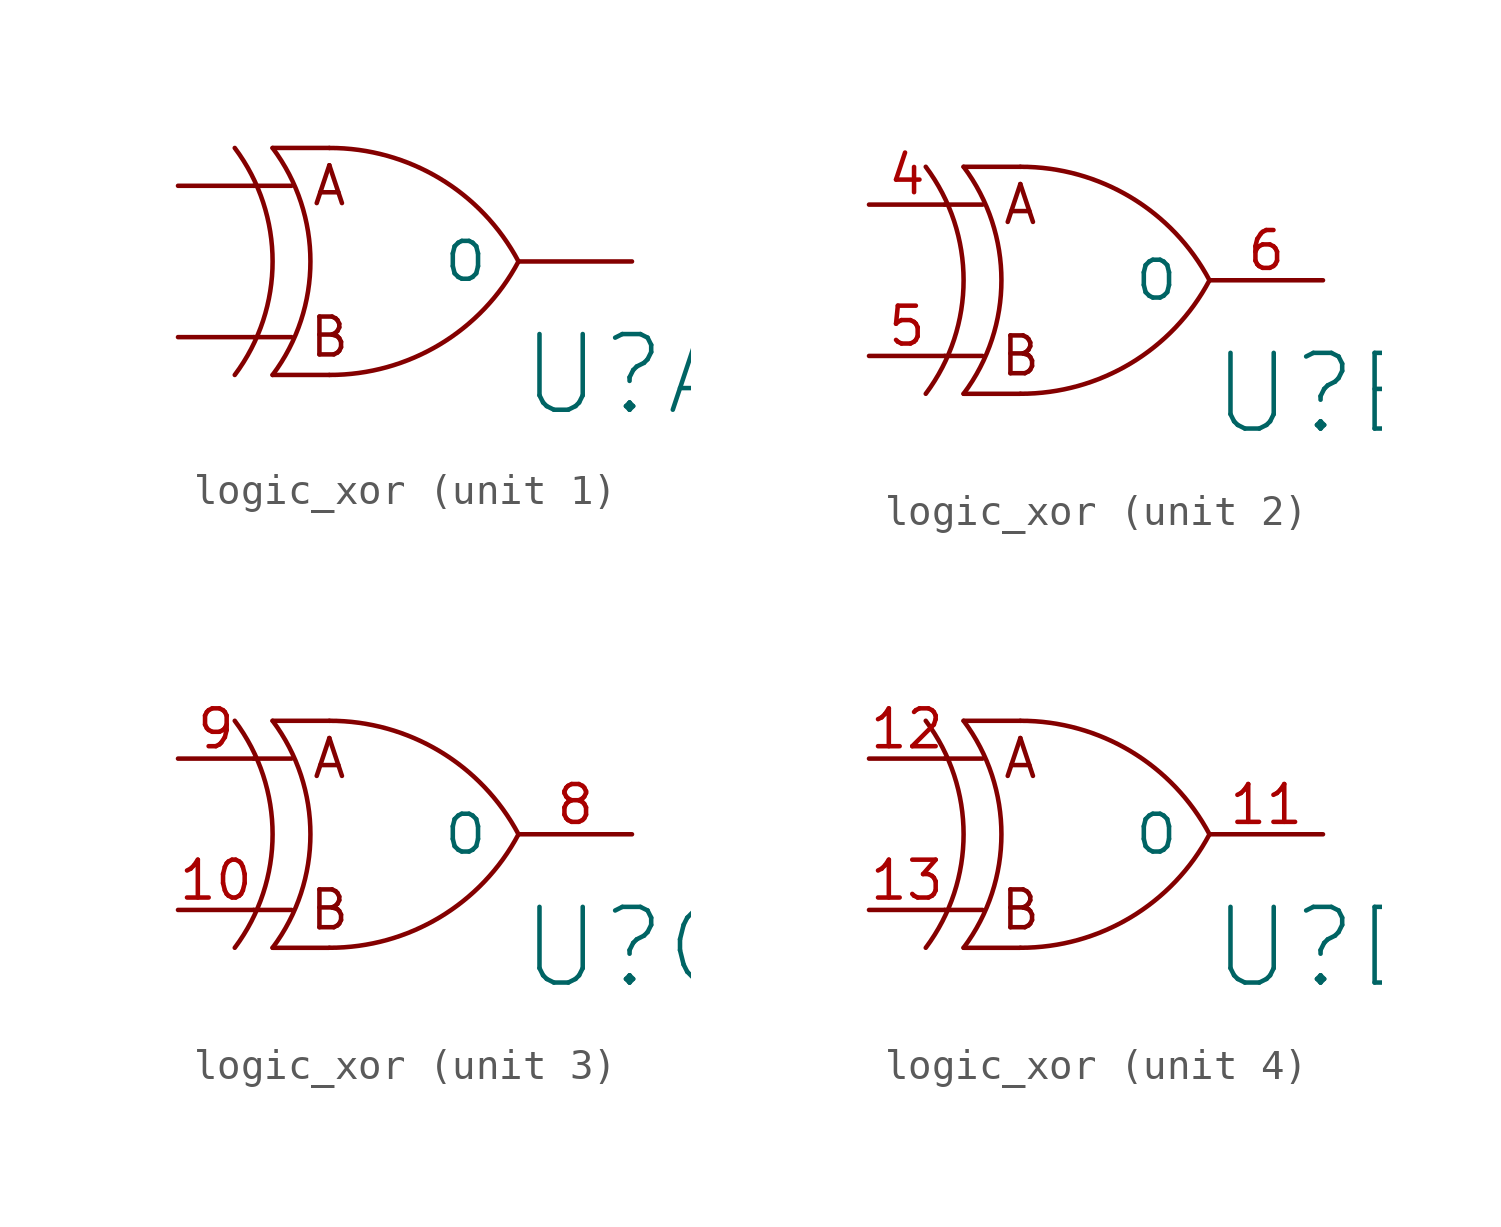
<source format=kicad_sym>
(kicad_symbol_lib
  (version 20211014)
  (generator kicad_symbol_editor)
  (symbol "logic_xor"
    (pin_names
      (offset 1.016))
    (property "Reference" "U"
      (at 11.43 -6.35 0)
      (effects (font (size 2.54 2.54)) (justify left)))
    (symbol "logic_xor_0_0"
      (text "A" (at 5.08 0 0) (effects (font (size 1.27 1.27))))
      (text "B" (at 5.08 -5.08 0) (effects (font (size 1.27 1.27)))))
    (symbol "logic_xor_0_1"
      (polyline (pts (xy 3.175 -6.35) (xy 5.08 -6.35)) (stroke (width 0) (type default) (color 0 0 0 0)) (fill (type none)))
      (polyline (pts (xy 3.175 1.27) (xy 5.08 1.27)) (stroke (width 0) (type default) (color 0 0 0 0)) (fill (type none)))
      (polyline (pts (xy 3.81 -5.08) (xy 2.54 -5.08)) (stroke (width 0) (type default) (color 0 0 0 0)) (fill (type none)))
      (polyline (pts (xy 3.81 0) (xy 2.54 0)) (stroke (width 0) (type default) (color 0 0 0 0)) (fill (type none)))
      (arc (start 1.905 -6.35) (mid 3.175 -2.54) (end 1.905 1.27) (stroke (width 0) (type default) (color 0 0 0 0)) (fill (type none)))
      (arc (start 3.175 -6.35) (mid 4.445 -2.54) (end 3.175 1.27) (stroke (width 0) (type default) (color 0 0 0 0)) (fill (type none)))
      (arc (start 5.08 -6.35) (mid 8.784 -5.3291) (end 11.43 -2.54) (stroke (width 0) (type default) (color 0 0 0 0)) (fill (type none)))
      (arc (start 11.43 -2.54) (mid 8.7865 0.2471) (end 5.08 1.27) (stroke (width 0) (type default) (color 0 0 0 0)) (fill (type none))))
    (symbol "logic_xor_1_1"
      (pin output line (at 15.24 -2.54 180) (length 3.81) (name "O" (effects (font (size 1.27 1.27)))) (number "~" (effects (font (size 1.27 1.27)))))
      (pin input line (at 0 -5.08 0) (length 2.54) (name "~" (effects (font (size 1.27 1.27)))) (number "~" (effects (font (size 1.27 1.27)))))
      (pin input line (at 0 0 0) (length 2.54) (name "~" (effects (font (size 1.27 1.27)))) (number "~" (effects (font (size 1.27 1.27))))))
    (symbol "logic_xor_2_1"
      (pin input line (at 0 0 0) (length 2.54) (name "~" (effects (font (size 1.27 1.27)))) (number "4" (effects (font (size 1.27 1.27)))))
      (pin input line (at 0 -5.08 0) (length 2.54) (name "~" (effects (font (size 1.27 1.27)))) (number "5" (effects (font (size 1.27 1.27)))))
      (pin output line (at 15.24 -2.54 180) (length 3.81) (name "O" (effects (font (size 1.27 1.27)))) (number "6" (effects (font (size 1.27 1.27))))))
    (symbol "logic_xor_3_1"
      (pin input line (at 0 -5.08 0) (length 2.54) (name "~" (effects (font (size 1.27 1.27)))) (number "10" (effects (font (size 1.27 1.27)))))
      (pin output line (at 15.24 -2.54 180) (length 3.81) (name "O" (effects (font (size 1.27 1.27)))) (number "8" (effects (font (size 1.27 1.27)))))
      (pin input line (at 0 0 0) (length 2.54) (name "~" (effects (font (size 1.27 1.27)))) (number "9" (effects (font (size 1.27 1.27))))))
    (symbol "logic_xor_4_1"
      (pin output line (at 15.24 -2.54 180) (length 3.81) (name "O" (effects (font (size 1.27 1.27)))) (number "11" (effects (font (size 1.27 1.27)))))
      (pin input line (at 0 0 0) (length 2.54) (name "~" (effects (font (size 1.27 1.27)))) (number "12" (effects (font (size 1.27 1.27)))))
      (pin input line (at 0 -5.08 0) (length 2.54) (name "~" (effects (font (size 1.27 1.27)))) (number "13" (effects (font (size 1.27 1.27))))))))
</source>
